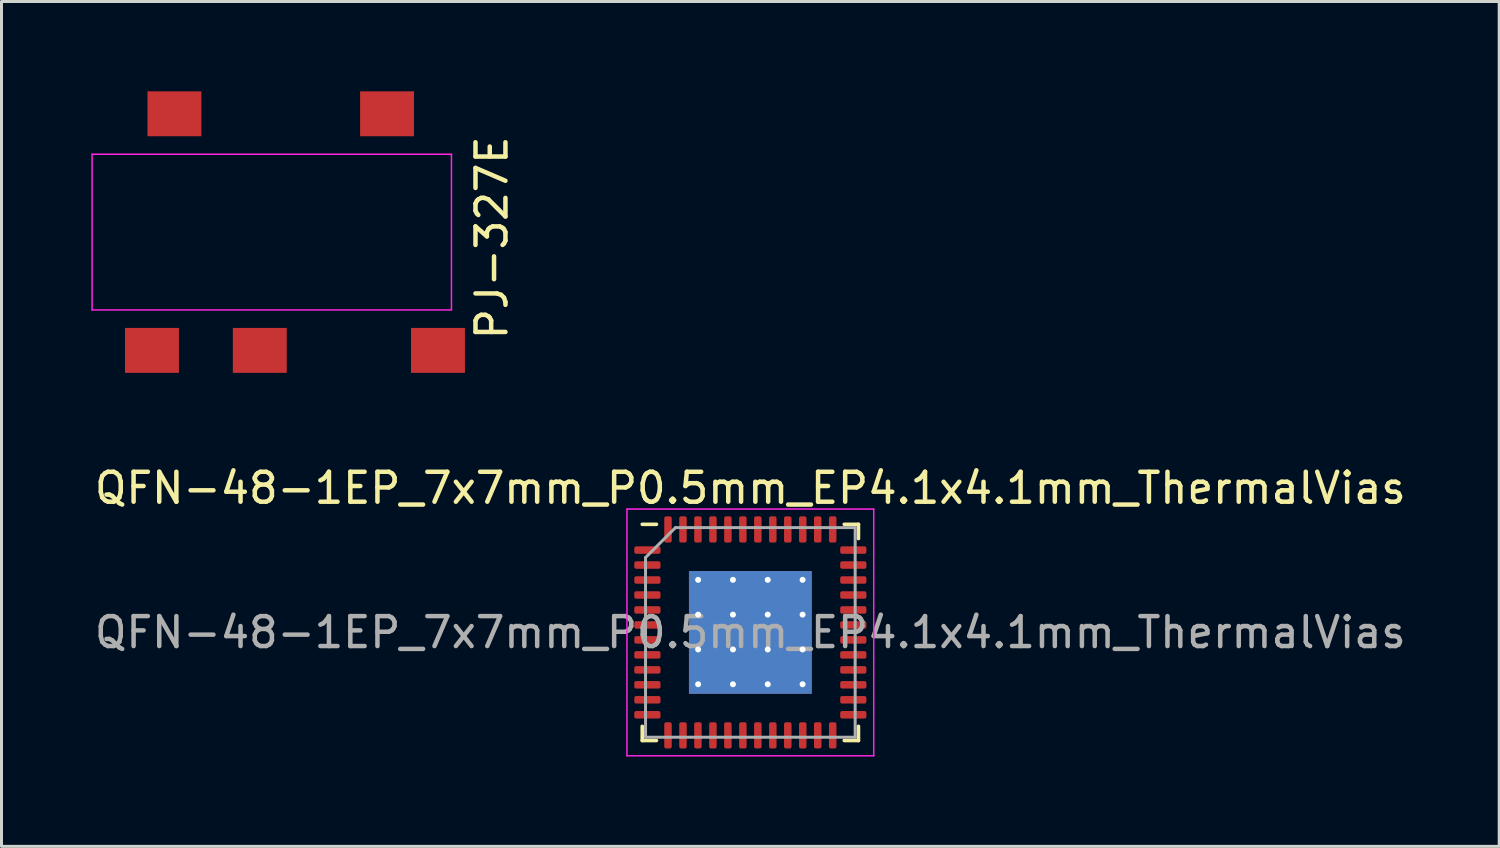
<source format=kicad_pcb>
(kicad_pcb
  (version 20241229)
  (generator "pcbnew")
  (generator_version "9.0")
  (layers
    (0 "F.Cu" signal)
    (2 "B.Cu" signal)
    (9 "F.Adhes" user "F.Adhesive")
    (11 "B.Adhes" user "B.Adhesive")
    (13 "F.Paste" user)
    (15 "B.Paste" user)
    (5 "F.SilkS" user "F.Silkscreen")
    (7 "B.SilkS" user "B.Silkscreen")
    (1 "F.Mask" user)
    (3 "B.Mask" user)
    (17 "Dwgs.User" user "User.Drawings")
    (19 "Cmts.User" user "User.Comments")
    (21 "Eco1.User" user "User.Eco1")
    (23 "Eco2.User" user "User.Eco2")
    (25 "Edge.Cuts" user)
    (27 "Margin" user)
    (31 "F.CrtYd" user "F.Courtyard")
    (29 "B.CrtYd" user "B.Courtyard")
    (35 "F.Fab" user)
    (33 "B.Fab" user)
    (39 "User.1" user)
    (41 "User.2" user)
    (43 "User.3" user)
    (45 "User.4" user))
  (footprint "QFN-48-1EP_7x7mm_P0.5mm_EP4.1x4.1mm_ThermalVias"
    (layer "F.Cu")
    (at 22.006 18.068)
    (property "Reference" "QFN-48-1EP_7x7mm_P0.5mm_EP4.1x4.1mm_ThermalVias" (at 0 -4.82 0) (layer "F.SilkS") (effects (font (size 1 1) (thickness 0.15))))
    (attr smd)
    (fp_line (start -3.61 3.61) (end -3.61 3.135) (stroke (width 0.12) (type solid)) (layer "F.SilkS"))
    (fp_line (start -3.135 -3.61) (end -3.61 -3.61) (stroke (width 0.12) (type solid)) (layer "F.SilkS"))
    (fp_line (start -3.135 3.61) (end -3.61 3.61) (stroke (width 0.12) (type solid)) (layer "F.SilkS"))
    (fp_line (start 3.135 -3.61) (end 3.61 -3.61) (stroke (width 0.12) (type solid)) (layer "F.SilkS"))
    (fp_line (start 3.135 3.61) (end 3.61 3.61) (stroke (width 0.12) (type solid)) (layer "F.SilkS"))
    (fp_line (start 3.61 -3.61) (end 3.61 -3.135) (stroke (width 0.12) (type solid)) (layer "F.SilkS"))
    (fp_line (start 3.61 3.61) (end 3.61 3.135) (stroke (width 0.12) (type solid)) (layer "F.SilkS"))
    (fp_line (start -4.12 -4.12) (end -4.12 4.12) (stroke (width 0.05) (type solid)) (layer "F.CrtYd"))
    (fp_line (start -4.12 4.12) (end 4.12 4.12) (stroke (width 0.05) (type solid)) (layer "F.CrtYd"))
    (fp_line (start 4.12 -4.12) (end -4.12 -4.12) (stroke (width 0.05) (type solid)) (layer "F.CrtYd"))
    (fp_line (start 4.12 4.12) (end 4.12 -4.12) (stroke (width 0.05) (type solid)) (layer "F.CrtYd"))
    (fp_line (start -3.5 -2.5) (end -2.5 -3.5) (stroke (width 0.1) (type solid)) (layer "F.Fab"))
    (fp_line (start -3.5 3.5) (end -3.5 -2.5) (stroke (width 0.1) (type solid)) (layer "F.Fab"))
    (fp_line (start -2.5 -3.5) (end 3.5 -3.5) (stroke (width 0.1) (type solid)) (layer "F.Fab"))
    (fp_line (start 3.5 -3.5) (end 3.5 3.5) (stroke (width 0.1) (type solid)) (layer "F.Fab"))
    (fp_line (start 3.5 3.5) (end -3.5 3.5) (stroke (width 0.1) (type solid)) (layer "F.Fab"))
    (fp_text user "${REFERENCE}" (at 0 0 0) (layer "F.Fab") (effects (font (size 1 1) (thickness 0.15))))
    (pad "" smd roundrect (at -1.163 -1.175) (size 0.997 0.997) (layers "F.Paste") (roundrect_rratio 0.25))
    (pad "" smd roundrect (at -1.163 -0.013) (size 0.997 0.997) (layers "F.Paste") (roundrect_rratio 0.25))
    (pad "" smd roundrect (at -1.163 1.15) (size 0.997 0.997) (layers "F.Paste") (roundrect_rratio 0.25))
    (pad "" smd roundrect (at 0 -1.175) (size 0.997 0.997) (layers "F.Paste") (roundrect_rratio 0.25))
    (pad "" smd roundrect (at 0 -0.013) (size 0.997 0.997) (layers "F.Paste") (roundrect_rratio 0.25))
    (pad "" smd roundrect (at 0 1.15) (size 0.997 0.997) (layers "F.Paste") (roundrect_rratio 0.25))
    (pad "" smd roundrect (at 1.163 -1.175) (size 0.997 0.997) (layers "F.Paste") (roundrect_rratio 0.25))
    (pad "" smd roundrect (at 1.163 -0.013) (size 0.997 0.997) (layers "F.Paste") (roundrect_rratio 0.25))
    (pad "" smd roundrect (at 1.163 1.15) (size 0.997 0.997) (layers "F.Paste") (roundrect_rratio 0.25))
    (pad "1" smd roundrect (at -3.438 -2.75) (size 0.875 0.25) (layers "F.Cu" "F.Mask" "F.Paste") (roundrect_rratio 0.25))
    (pad "2" smd roundrect (at -3.438 -2.25) (size 0.875 0.25) (layers "F.Cu" "F.Mask" "F.Paste") (roundrect_rratio 0.25))
    (pad "3" smd roundrect (at -3.438 -1.75) (size 0.875 0.25) (layers "F.Cu" "F.Mask" "F.Paste") (roundrect_rratio 0.25))
    (pad "4" smd roundrect (at -3.438 -1.25) (size 0.875 0.25) (layers "F.Cu" "F.Mask" "F.Paste") (roundrect_rratio 0.25))
    (pad "5" smd roundrect (at -3.438 -0.75) (size 0.875 0.25) (layers "F.Cu" "F.Mask" "F.Paste") (roundrect_rratio 0.25))
    (pad "6" smd roundrect (at -3.438 -0.25) (size 0.875 0.25) (layers "F.Cu" "F.Mask" "F.Paste") (roundrect_rratio 0.25))
    (pad "7" smd roundrect (at -3.438 0.25) (size 0.875 0.25) (layers "F.Cu" "F.Mask" "F.Paste") (roundrect_rratio 0.25))
    (pad "8" smd roundrect (at -3.438 0.75) (size 0.875 0.25) (layers "F.Cu" "F.Mask" "F.Paste") (roundrect_rratio 0.25))
    (pad "9" smd roundrect (at -3.438 1.25) (size 0.875 0.25) (layers "F.Cu" "F.Mask" "F.Paste") (roundrect_rratio 0.25))
    (pad "10" smd roundrect (at -3.438 1.75) (size 0.875 0.25) (layers "F.Cu" "F.Mask" "F.Paste") (roundrect_rratio 0.25))
    (pad "11" smd roundrect (at -3.438 2.25) (size 0.875 0.25) (layers "F.Cu" "F.Mask" "F.Paste") (roundrect_rratio 0.25))
    (pad "12" smd roundrect (at -3.438 2.75) (size 0.875 0.25) (layers "F.Cu" "F.Mask" "F.Paste") (roundrect_rratio 0.25))
    (pad "13" smd roundrect (at -2.75 3.438) (size 0.25 0.875) (layers "F.Cu" "F.Mask" "F.Paste") (roundrect_rratio 0.25))
    (pad "14" smd roundrect (at -2.25 3.438) (size 0.25 0.875) (layers "F.Cu" "F.Mask" "F.Paste") (roundrect_rratio 0.25))
    (pad "15" smd roundrect (at -1.75 3.438) (size 0.25 0.875) (layers "F.Cu" "F.Mask" "F.Paste") (roundrect_rratio 0.25))
    (pad "16" smd roundrect (at -1.25 3.438) (size 0.25 0.875) (layers "F.Cu" "F.Mask" "F.Paste") (roundrect_rratio 0.25))
    (pad "17" smd roundrect (at -0.75 3.438) (size 0.25 0.875) (layers "F.Cu" "F.Mask" "F.Paste") (roundrect_rratio 0.25))
    (pad "18" smd roundrect (at -0.25 3.438) (size 0.25 0.875) (layers "F.Cu" "F.Mask" "F.Paste") (roundrect_rratio 0.25))
    (pad "19" smd roundrect (at 0.25 3.438) (size 0.25 0.875) (layers "F.Cu" "F.Mask" "F.Paste") (roundrect_rratio 0.25))
    (pad "20" smd roundrect (at 0.75 3.438) (size 0.25 0.875) (layers "F.Cu" "F.Mask" "F.Paste") (roundrect_rratio 0.25))
    (pad "21" smd roundrect (at 1.25 3.438) (size 0.25 0.875) (layers "F.Cu" "F.Mask" "F.Paste") (roundrect_rratio 0.25))
    (pad "22" smd roundrect (at 1.75 3.438) (size 0.25 0.875) (layers "F.Cu" "F.Mask" "F.Paste") (roundrect_rratio 0.25))
    (pad "23" smd roundrect (at 2.25 3.438) (size 0.25 0.875) (layers "F.Cu" "F.Mask" "F.Paste") (roundrect_rratio 0.25))
    (pad "24" smd roundrect (at 2.75 3.438) (size 0.25 0.875) (layers "F.Cu" "F.Mask" "F.Paste") (roundrect_rratio 0.25))
    (pad "25" smd roundrect (at 3.438 2.75) (size 0.875 0.25) (layers "F.Cu" "F.Mask" "F.Paste") (roundrect_rratio 0.25))
    (pad "26" smd roundrect (at 3.438 2.25) (size 0.875 0.25) (layers "F.Cu" "F.Mask" "F.Paste") (roundrect_rratio 0.25))
    (pad "27" smd roundrect (at 3.438 1.75) (size 0.875 0.25) (layers "F.Cu" "F.Mask" "F.Paste") (roundrect_rratio 0.25))
    (pad "28" smd roundrect (at 3.438 1.25) (size 0.875 0.25) (layers "F.Cu" "F.Mask" "F.Paste") (roundrect_rratio 0.25))
    (pad "29" smd roundrect (at 3.438 0.75) (size 0.875 0.25) (layers "F.Cu" "F.Mask" "F.Paste") (roundrect_rratio 0.25))
    (pad "30" smd roundrect (at 3.438 0.25) (size 0.875 0.25) (layers "F.Cu" "F.Mask" "F.Paste") (roundrect_rratio 0.25))
    (pad "31" smd roundrect (at 3.438 -0.25) (size 0.875 0.25) (layers "F.Cu" "F.Mask" "F.Paste") (roundrect_rratio 0.25))
    (pad "32" smd roundrect (at 3.438 -0.75) (size 0.875 0.25) (layers "F.Cu" "F.Mask" "F.Paste") (roundrect_rratio 0.25))
    (pad "33" smd roundrect (at 3.438 -1.25) (size 0.875 0.25) (layers "F.Cu" "F.Mask" "F.Paste") (roundrect_rratio 0.25))
    (pad "34" smd roundrect (at 3.438 -1.75) (size 0.875 0.25) (layers "F.Cu" "F.Mask" "F.Paste") (roundrect_rratio 0.25))
    (pad "35" smd roundrect (at 3.438 -2.25) (size 0.875 0.25) (layers "F.Cu" "F.Mask" "F.Paste") (roundrect_rratio 0.25))
    (pad "36" smd roundrect (at 3.438 -2.75) (size 0.875 0.25) (layers "F.Cu" "F.Mask" "F.Paste") (roundrect_rratio 0.25))
    (pad "37" smd roundrect (at 2.75 -3.438) (size 0.25 0.875) (layers "F.Cu" "F.Mask" "F.Paste") (roundrect_rratio 0.25))
    (pad "38" smd roundrect (at 2.25 -3.438) (size 0.25 0.875) (layers "F.Cu" "F.Mask" "F.Paste") (roundrect_rratio 0.25))
    (pad "39" smd roundrect (at 1.75 -3.438) (size 0.25 0.875) (layers "F.Cu" "F.Mask" "F.Paste") (roundrect_rratio 0.25))
    (pad "40" smd roundrect (at 1.25 -3.438) (size 0.25 0.875) (layers "F.Cu" "F.Mask" "F.Paste") (roundrect_rratio 0.25))
    (pad "41" smd roundrect (at 0.75 -3.438) (size 0.25 0.875) (layers "F.Cu" "F.Mask" "F.Paste") (roundrect_rratio 0.25))
    (pad "42" smd roundrect (at 0.25 -3.438) (size 0.25 0.875) (layers "F.Cu" "F.Mask" "F.Paste") (roundrect_rratio 0.25))
    (pad "43" smd roundrect (at -0.25 -3.438) (size 0.25 0.875) (layers "F.Cu" "F.Mask" "F.Paste") (roundrect_rratio 0.25))
    (pad "44" smd roundrect (at -0.75 -3.438) (size 0.25 0.875) (layers "F.Cu" "F.Mask" "F.Paste") (roundrect_rratio 0.25))
    (pad "45" smd roundrect (at -1.25 -3.438) (size 0.25 0.875) (layers "F.Cu" "F.Mask" "F.Paste") (roundrect_rratio 0.25))
    (pad "46" smd roundrect (at -1.75 -3.438) (size 0.25 0.875) (layers "F.Cu" "F.Mask" "F.Paste") (roundrect_rratio 0.25))
    (pad "47" smd roundrect (at -2.25 -3.438) (size 0.25 0.875) (layers "F.Cu" "F.Mask" "F.Paste") (roundrect_rratio 0.25))
    (pad "48" smd roundrect (at -2.75 -3.438) (size 0.25 0.875) (layers "F.Cu" "F.Mask" "F.Paste") (roundrect_rratio 0.25))
    (pad "49" thru_hole circle (at -1.744 -1.756) (size 0.5 0.5) (drill 0.2) (layers "*.Cu"))
    (pad "49" thru_hole circle (at -1.744 -0.594) (size 0.5 0.5) (drill 0.2) (layers "*.Cu"))
    (pad "49" thru_hole circle (at -1.744 0.569) (size 0.5 0.5) (drill 0.2) (layers "*.Cu"))
    (pad "49" thru_hole circle (at -1.744 1.731) (size 0.5 0.5) (drill 0.2) (layers "*.Cu"))
    (pad "49" thru_hole circle (at -0.581 -1.756) (size 0.5 0.5) (drill 0.2) (layers "*.Cu"))
    (pad "49" thru_hole circle (at -0.581 -0.594) (size 0.5 0.5) (drill 0.2) (layers "*.Cu"))
    (pad "49" thru_hole circle (at -0.581 0.569) (size 0.5 0.5) (drill 0.2) (layers "*.Cu"))
    (pad "49" thru_hole circle (at -0.581 1.731) (size 0.5 0.5) (drill 0.2) (layers "*.Cu"))
    (pad "49" smd rect (at 0 0) (size 4.1 4.1) (layers "F.Cu" "F.Mask"))
    (pad "49" smd rect (at 0 0) (size 4.1 4.1) (layers "B.Cu"))
    (pad "49" thru_hole circle (at 0.581 -1.756) (size 0.5 0.5) (drill 0.2) (layers "*.Cu"))
    (pad "49" thru_hole circle (at 0.581 -0.594) (size 0.5 0.5) (drill 0.2) (layers "*.Cu"))
    (pad "49" thru_hole circle (at 0.581 0.569) (size 0.5 0.5) (drill 0.2) (layers "*.Cu"))
    (pad "49" thru_hole circle (at 0.581 1.731) (size 0.5 0.5) (drill 0.2) (layers "*.Cu"))
    (pad "49" thru_hole circle (at 1.744 -1.756) (size 0.5 0.5) (drill 0.2) (layers "*.Cu"))
    (pad "49" thru_hole circle (at 1.744 -0.594) (size 0.5 0.5) (drill 0.2) (layers "*.Cu"))
    (pad "49" thru_hole circle (at 1.744 0.569) (size 0.5 0.5) (drill 0.2) (layers "*.Cu"))
    (pad "49" thru_hole circle (at 1.744 1.731) (size 0.5 0.5) (drill 0.2) (layers "*.Cu")))
  (footprint "PJ-327E"
    (layer "F.Cu")
    (at 6.325 4.7)
    (property "Reference" "PJ-327E" (at 7.048 0.191 90) (layer "F.SilkS") (effects (font (size 1 1) (thickness 0.15))))
    (attr smd)
    (fp_line (start -6.3 -2.6) (end 5.7 -2.6) (stroke (width 0.05) (type solid)) (layer "F.CrtYd"))
    (fp_line (start -6.3 2.6) (end -6.3 -2.6) (stroke (width 0.05) (type solid)) (layer "F.CrtYd"))
    (fp_line (start 5.7 -2.6) (end 5.7 2.6) (stroke (width 0.05) (type solid)) (layer "F.CrtYd"))
    (fp_line (start 5.7 2.6) (end -6.3 2.6) (stroke (width 0.05) (type solid)) (layer "F.CrtYd"))
    (pad "1" smd rect (at -4.3 3.95) (size 1.8 1.5) (layers "F.Cu" "F.Mask" "F.Paste"))
    (pad "2" smd rect (at 3.55 -3.95) (size 1.8 1.5) (layers "F.Cu" "F.Mask" "F.Paste"))
    (pad "3" smd rect (at -0.7 3.95) (size 1.8 1.5) (layers "F.Cu" "F.Mask" "F.Paste"))
    (pad "4" smd rect (at -3.55 -3.95) (size 1.8 1.5) (layers "F.Cu" "F.Mask" "F.Paste"))
    (pad "5" smd rect (at 5.25 3.95) (size 1.8 1.5) (layers "F.Cu" "F.Mask" "F.Paste")))
  (gr_rect
    (start -3 -3)
    (end 47.012 25.213)
    (stroke (width 0.1) (type default))
    (fill no)
    (layer "Edge.Cuts")))
</source>
